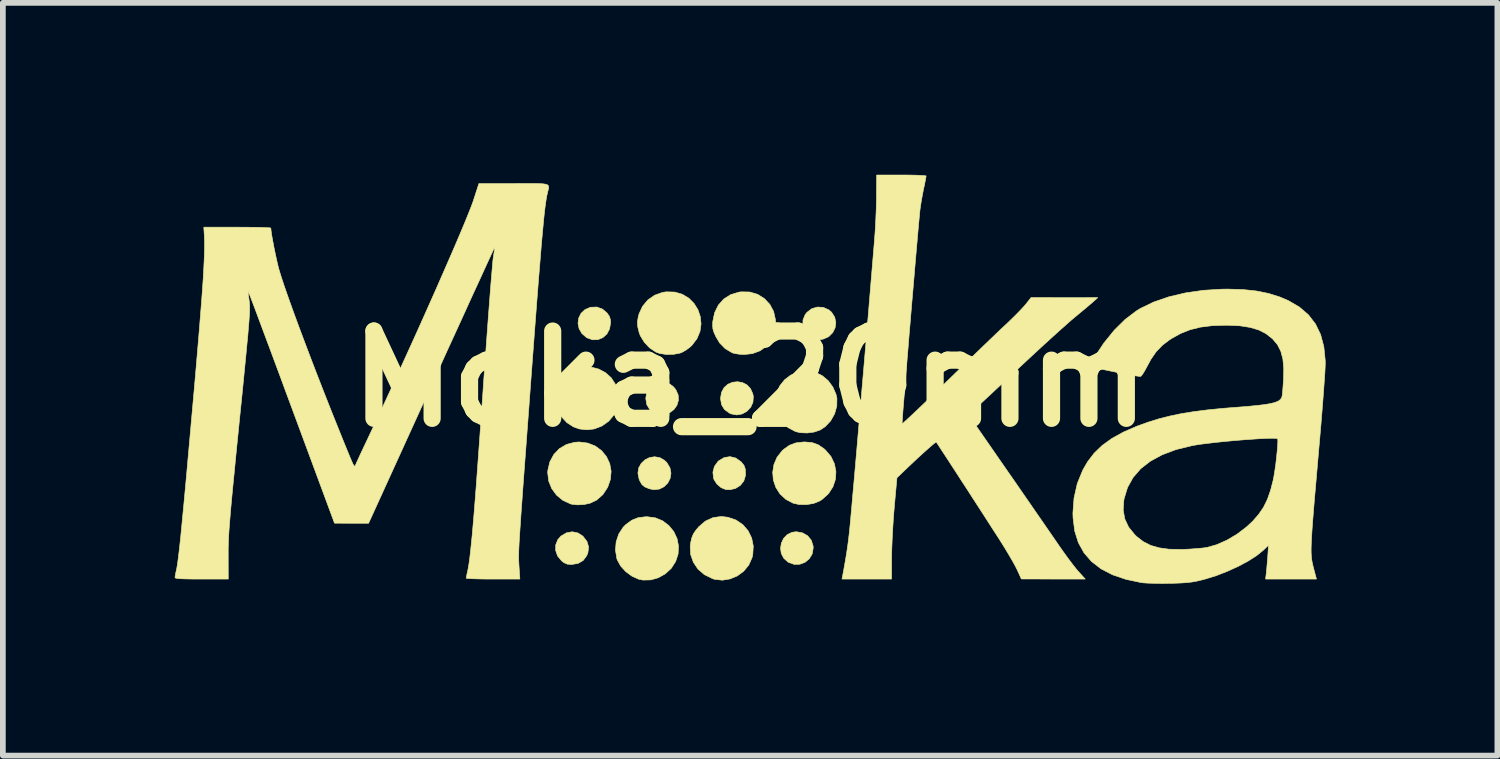
<source format=kicad_pcb>
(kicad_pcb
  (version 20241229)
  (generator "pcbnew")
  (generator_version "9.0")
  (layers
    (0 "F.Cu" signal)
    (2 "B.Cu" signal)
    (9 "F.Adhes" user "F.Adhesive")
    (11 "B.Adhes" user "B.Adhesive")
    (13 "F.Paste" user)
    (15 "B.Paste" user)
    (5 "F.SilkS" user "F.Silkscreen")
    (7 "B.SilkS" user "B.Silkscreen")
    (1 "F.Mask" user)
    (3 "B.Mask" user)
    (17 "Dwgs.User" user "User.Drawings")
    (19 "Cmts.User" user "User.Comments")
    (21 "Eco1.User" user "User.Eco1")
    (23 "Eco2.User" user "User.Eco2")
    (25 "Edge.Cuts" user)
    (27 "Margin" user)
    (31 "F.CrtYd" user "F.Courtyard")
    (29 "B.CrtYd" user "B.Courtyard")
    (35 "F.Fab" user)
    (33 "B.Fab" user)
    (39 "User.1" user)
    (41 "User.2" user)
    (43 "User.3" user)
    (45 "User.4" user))
  (footprint "Moka_20mm"
    (layer "F.Cu")
    (at 10.046 3.564)
    (property "Reference" "Moka_20mm" (at 0 0 0) (layer "F.SilkS") (effects (font (size 1.524 1.524) (thickness 0.3))))
    (attr through_hole)
    (fp_poly (pts (xy -1.422 0.077) (xy -1.34 0.137) (xy -1.298 0.188) (xy -1.256 0.282) (xy -1.252 0.375) (xy -1.278 0.462) (xy -1.33 0.535) (xy -1.403 0.59) (xy -1.491 0.621) (xy -1.588 0.62) (xy -1.667 0.595) (xy -1.753 0.535) (xy -1.804 0.451) (xy -1.822 0.341) (xy -1.822 0.339) (xy -1.804 0.232) (xy -1.757 0.148) (xy -1.688 0.088) (xy -1.604 0.055) (xy -1.513 0.051) (xy -1.422 0.077)) (stroke (width 0.01) (type solid)) (fill yes) (layer "F.SilkS"))
    (fp_poly (pts (xy 0.913 2.688) (xy 1.003 2.739) (xy 1.067 2.817) (xy 1.099 2.916) (xy 1.101 2.955) (xy 1.083 3.058) (xy 1.032 3.142) (xy 0.958 3.203) (xy 0.867 3.237) (xy 0.769 3.239) (xy 0.671 3.204) (xy 0.663 3.2) (xy 0.588 3.133) (xy 0.544 3.05) (xy 0.531 2.959) (xy 0.545 2.869) (xy 0.584 2.786) (xy 0.647 2.72) (xy 0.731 2.679) (xy 0.805 2.669) (xy 0.913 2.688)) (stroke (width 0.01) (type solid)) (fill yes) (layer "F.SilkS"))
    (fp_poly (pts (xy -3.008 2.69) (xy -2.921 2.745) (xy -2.851 2.836) (xy -2.847 2.843) (xy -2.82 2.936) (xy -2.832 3.035) (xy -2.853 3.087) (xy -2.914 3.17) (xy -3.003 3.222) (xy -3.115 3.241) (xy -3.119 3.241) (xy -3.193 3.235) (xy -3.251 3.209) (xy -3.293 3.176) (xy -3.362 3.092) (xy -3.395 2.996) (xy -3.394 2.898) (xy -3.357 2.807) (xy -3.303 2.745) (xy -3.206 2.688) (xy -3.106 2.67) (xy -3.008 2.69)) (stroke (width 0.01) (type solid)) (fill yes) (layer "F.SilkS"))
    (fp_poly (pts (xy -2.578 -1.218) (xy -2.501 -1.153) (xy -2.458 -1.093) (xy -2.439 -1.033) (xy -2.436 -0.979) (xy -2.454 -0.871) (xy -2.501 -0.783) (xy -2.571 -0.72) (xy -2.658 -0.684) (xy -2.752 -0.682) (xy -2.849 -0.717) (xy -2.855 -0.72) (xy -2.937 -0.791) (xy -2.986 -0.876) (xy -3.005 -0.969) (xy -2.993 -1.061) (xy -2.952 -1.144) (xy -2.883 -1.209) (xy -2.787 -1.25) (xy -2.786 -1.25) (xy -2.677 -1.254) (xy -2.578 -1.218)) (stroke (width 0.01) (type solid)) (fill yes) (layer "F.SilkS"))
    (fp_poly (pts (xy -1.578 1.375) (xy -1.493 1.424) (xy -1.453 1.464) (xy -1.399 1.555) (xy -1.382 1.649) (xy -1.397 1.74) (xy -1.439 1.82) (xy -1.504 1.884) (xy -1.586 1.925) (xy -1.683 1.935) (xy -1.764 1.918) (xy -1.84 1.886) (xy -1.889 1.846) (xy -1.924 1.785) (xy -1.939 1.749) (xy -1.959 1.647) (xy -1.945 1.554) (xy -1.901 1.476) (xy -1.836 1.414) (xy -1.756 1.374) (xy -1.668 1.36) (xy -1.578 1.375)) (stroke (width 0.01) (type solid)) (fill yes) (layer "F.SilkS"))
    (fp_poly (pts (xy -0.136 0.064) (xy -0.057 0.104) (xy 0.006 0.17) (xy 0.047 0.262) (xy 0.056 0.309) (xy 0.049 0.41) (xy 0.009 0.498) (xy -0.057 0.567) (xy -0.14 0.613) (xy -0.234 0.63) (xy -0.331 0.612) (xy -0.359 0.6) (xy -0.448 0.535) (xy -0.499 0.451) (xy -0.517 0.345) (xy -0.517 0.342) (xy -0.5 0.236) (xy -0.455 0.153) (xy -0.389 0.094) (xy -0.309 0.06) (xy -0.222 0.05) (xy -0.136 0.064)) (stroke (width 0.01) (type solid)) (fill yes) (layer "F.SilkS"))
    (fp_poly (pts (xy 1.279 -1.247) (xy 1.374 -1.204) (xy 1.422 -1.163) (xy 1.477 -1.076) (xy 1.496 -0.982) (xy 1.483 -0.889) (xy 1.44 -0.804) (xy 1.372 -0.737) (xy 1.28 -0.695) (xy 1.237 -0.687) (xy 1.168 -0.687) (xy 1.108 -0.698) (xy 1.102 -0.701) (xy 1.011 -0.758) (xy 0.95 -0.838) (xy 0.92 -0.931) (xy 0.923 -1.029) (xy 0.961 -1.121) (xy 0.992 -1.161) (xy 1.078 -1.226) (xy 1.177 -1.254) (xy 1.279 -1.247)) (stroke (width 0.01) (type solid)) (fill yes) (layer "F.SilkS"))
    (fp_poly (pts (xy -0.252 1.382) (xy -0.159 1.447) (xy -0.155 1.451) (xy -0.107 1.511) (xy -0.084 1.576) (xy -0.081 1.662) (xy -0.083 1.694) (xy -0.111 1.785) (xy -0.171 1.86) (xy -0.255 1.913) (xy -0.353 1.936) (xy -0.424 1.933) (xy -0.506 1.9) (xy -0.579 1.838) (xy -0.63 1.759) (xy -0.638 1.737) (xy -0.65 1.63) (xy -0.623 1.528) (xy -0.561 1.442) (xy -0.549 1.431) (xy -0.452 1.374) (xy -0.351 1.358) (xy -0.252 1.382)) (stroke (width 0.01) (type solid)) (fill yes) (layer "F.SilkS"))
    (fp_poly (pts (xy -2.836 1.121) (xy -2.703 1.173) (xy -2.593 1.254) (xy -2.508 1.358) (xy -2.451 1.479) (xy -2.427 1.613) (xy -2.439 1.755) (xy -2.487 1.893) (xy -2.571 2.021) (xy -2.681 2.117) (xy -2.794 2.171) (xy -2.9 2.194) (xy -3.016 2.2) (xy -3.12 2.188) (xy -3.135 2.183) (xy -3.268 2.122) (xy -3.379 2.031) (xy -3.464 1.915) (xy -3.517 1.783) (xy -3.534 1.642) (xy -3.532 1.599) (xy -3.497 1.45) (xy -3.428 1.321) (xy -3.331 1.219) (xy -3.208 1.146) (xy -3.066 1.108) (xy -2.987 1.102) (xy -2.836 1.121)) (stroke (width 0.01) (type solid)) (fill yes) (layer "F.SilkS"))
    (fp_poly (pts (xy -1.656 2.426) (xy -1.527 2.479) (xy -1.419 2.561) (xy -1.334 2.665) (xy -1.276 2.788) (xy -1.25 2.921) (xy -1.258 3.06) (xy -1.3 3.188) (xy -1.376 3.307) (xy -1.48 3.403) (xy -1.602 3.472) (xy -1.735 3.51) (xy -1.87 3.513) (xy -1.949 3.497) (xy -2.065 3.444) (xy -2.173 3.364) (xy -2.261 3.267) (xy -2.319 3.161) (xy -2.327 3.139) (xy -2.351 2.991) (xy -2.339 2.845) (xy -2.293 2.708) (xy -2.215 2.589) (xy -2.171 2.545) (xy -2.066 2.468) (xy -1.956 2.424) (xy -1.826 2.408) (xy -1.801 2.407) (xy -1.656 2.426)) (stroke (width 0.01) (type solid)) (fill yes) (layer "F.SilkS"))
    (fp_poly (pts (xy -0.389 2.416) (xy -0.246 2.465) (xy -0.127 2.546) (xy -0.035 2.653) (xy 0.027 2.78) (xy 0.055 2.92) (xy 0.046 3.069) (xy 0.033 3.123) (xy -0.024 3.251) (xy -0.112 3.358) (xy -0.223 3.44) (xy -0.35 3.493) (xy -0.484 3.515) (xy -0.62 3.5) (xy -0.659 3.487) (xy -0.799 3.418) (xy -0.911 3.321) (xy -0.991 3.202) (xy -1.038 3.068) (xy -1.046 2.923) (xy -1.038 2.86) (xy -1.018 2.774) (xy -0.991 2.707) (xy -0.948 2.644) (xy -0.895 2.581) (xy -0.78 2.483) (xy -0.648 2.423) (xy -0.505 2.403) (xy -0.389 2.416)) (stroke (width 0.01) (type solid)) (fill yes) (layer "F.SilkS"))
    (fp_poly (pts (xy -2.773 -0.205) (xy -2.644 -0.171) (xy -2.525 -0.108) (xy -2.425 -0.018) (xy -2.349 0.099) (xy -2.319 0.178) (xy -2.295 0.278) (xy -2.29 0.362) (xy -2.306 0.452) (xy -2.319 0.5) (xy -2.379 0.632) (xy -2.471 0.741) (xy -2.589 0.824) (xy -2.724 0.875) (xy -2.849 0.889) (xy -2.981 0.875) (xy -3.083 0.839) (xy -3.197 0.766) (xy -3.293 0.663) (xy -3.364 0.542) (xy -3.404 0.412) (xy -3.411 0.339) (xy -3.396 0.234) (xy -3.355 0.121) (xy -3.297 0.017) (xy -3.269 -0.02) (xy -3.161 -0.117) (xy -3.038 -0.179) (xy -2.906 -0.208) (xy -2.773 -0.205)) (stroke (width 0.01) (type solid)) (fill yes) (layer "F.SilkS"))
    (fp_poly (pts (xy -0.006 -1.516) (xy 0.131 -1.475) (xy 0.249 -1.401) (xy 0.344 -1.3) (xy 0.41 -1.176) (xy 0.442 -1.032) (xy 0.444 -0.976) (xy 0.425 -0.819) (xy 0.372 -0.683) (xy 0.287 -0.573) (xy 0.174 -0.49) (xy 0.038 -0.44) (xy -0.106 -0.425) (xy -0.191 -0.43) (xy -0.269 -0.442) (xy -0.313 -0.455) (xy -0.435 -0.527) (xy -0.532 -0.626) (xy -0.596 -0.733) (xy -0.632 -0.812) (xy -0.65 -0.872) (xy -0.655 -0.934) (xy -0.652 -1.002) (xy -0.62 -1.155) (xy -0.555 -1.287) (xy -0.46 -1.394) (xy -0.338 -1.471) (xy -0.194 -1.514) (xy -0.157 -1.519) (xy -0.006 -1.516)) (stroke (width 0.01) (type solid)) (fill yes) (layer "F.SilkS"))
    (fp_poly (pts (xy 1.013 -0.124) (xy 1.109 -0.114) (xy 1.184 -0.093) (xy 1.257 -0.056) (xy 1.263 -0.052) (xy 1.363 0.032) (xy 1.444 0.143) (xy 1.499 0.269) (xy 1.515 0.339) (xy 1.513 0.475) (xy 1.475 0.61) (xy 1.406 0.733) (xy 1.31 0.835) (xy 1.222 0.893) (xy 1.117 0.929) (xy 0.995 0.945) (xy 0.874 0.94) (xy 0.792 0.92) (xy 0.663 0.852) (xy 0.562 0.758) (xy 0.489 0.643) (xy 0.447 0.515) (xy 0.437 0.381) (xy 0.461 0.247) (xy 0.519 0.12) (xy 0.603 0.015) (xy 0.707 -0.064) (xy 0.822 -0.11) (xy 0.958 -0.125) (xy 1.013 -0.124)) (stroke (width 0.01) (type solid)) (fill yes) (layer "F.SilkS"))
    (fp_poly (pts (xy 1.083 1.113) (xy 1.187 1.15) (xy 1.287 1.218) (xy 1.313 1.241) (xy 1.411 1.355) (xy 1.472 1.484) (xy 1.498 1.619) (xy 1.489 1.755) (xy 1.445 1.886) (xy 1.368 2.005) (xy 1.257 2.105) (xy 1.215 2.132) (xy 1.109 2.175) (xy 0.983 2.196) (xy 0.856 2.194) (xy 0.751 2.171) (xy 0.622 2.103) (xy 0.52 2.008) (xy 0.448 1.893) (xy 0.405 1.766) (xy 0.394 1.631) (xy 0.415 1.497) (xy 0.47 1.369) (xy 0.559 1.255) (xy 0.583 1.233) (xy 0.686 1.16) (xy 0.798 1.118) (xy 0.933 1.102) (xy 0.962 1.102) (xy 1.083 1.113)) (stroke (width 0.01) (type solid)) (fill yes) (layer "F.SilkS"))
    (fp_poly (pts (xy -1.316 -1.515) (xy -1.183 -1.476) (xy -1.07 -1.408) (xy -0.979 -1.316) (xy -0.911 -1.207) (xy -0.87 -1.086) (xy -0.857 -0.958) (xy -0.875 -0.829) (xy -0.927 -0.703) (xy -1.014 -0.588) (xy -1.049 -0.555) (xy -1.117 -0.504) (xy -1.189 -0.463) (xy -1.225 -0.449) (xy -1.342 -0.427) (xy -1.467 -0.426) (xy -1.582 -0.444) (xy -1.646 -0.468) (xy -1.755 -0.541) (xy -1.849 -0.641) (xy -1.918 -0.755) (xy -1.937 -0.807) (xy -1.962 -0.907) (xy -1.968 -0.989) (xy -1.955 -1.074) (xy -1.939 -1.135) (xy -1.878 -1.267) (xy -1.785 -1.378) (xy -1.667 -1.46) (xy -1.53 -1.509) (xy -1.465 -1.519) (xy -1.316 -1.515)) (stroke (width 0.01) (type solid)) (fill yes) (layer "F.SilkS"))
    (fp_poly (pts (xy 2.77 -3.558) (xy 2.885 -3.556) (xy 2.977 -3.552) (xy 3.041 -3.548) (xy 3.07 -3.543) (xy 3.072 -3.541) (xy 3.068 -3.514) (xy 3.057 -3.455) (xy 3.041 -3.375) (xy 3.028 -3.316) (xy 3.006 -3.203) (xy 2.985 -3.083) (xy 2.969 -2.977) (xy 2.965 -2.947) (xy 2.96 -2.897) (xy 2.952 -2.812) (xy 2.941 -2.694) (xy 2.928 -2.547) (xy 2.913 -2.375) (xy 2.896 -2.182) (xy 2.878 -1.972) (xy 2.859 -1.747) (xy 2.839 -1.513) (xy 2.818 -1.272) (xy 2.798 -1.028) (xy 2.777 -0.785) (xy 2.758 -0.547) (xy 2.739 -0.317) (xy 2.721 -0.099) (xy 2.704 0.104) (xy 2.69 0.287) (xy 2.677 0.447) (xy 2.666 0.581) (xy 2.659 0.684) (xy 2.654 0.752) (xy 2.653 0.784) (xy 2.653 0.785) (xy 2.668 0.774) (xy 2.712 0.735) (xy 2.779 0.673) (xy 2.869 0.589) (xy 2.977 0.486) (xy 3.101 0.367) (xy 3.239 0.235) (xy 3.386 0.092) (xy 3.433 0.046) (xy 3.594 -0.111) (xy 3.755 -0.267) (xy 3.91 -0.417) (xy 4.056 -0.558) (xy 4.189 -0.686) (xy 4.305 -0.797) (xy 4.398 -0.886) (xy 4.466 -0.949) (xy 4.561 -1.04) (xy 4.652 -1.13) (xy 4.732 -1.213) (xy 4.793 -1.279) (xy 4.814 -1.304) (xy 4.904 -1.419) (xy 6.069 -1.418) (xy 5.985 -1.342) (xy 5.936 -1.3) (xy 5.864 -1.239) (xy 5.777 -1.167) (xy 5.685 -1.09) (xy 5.667 -1.076) (xy 5.603 -1.022) (xy 5.513 -0.942) (xy 5.4 -0.842) (xy 5.27 -0.724) (xy 5.126 -0.593) (xy 4.973 -0.452) (xy 4.815 -0.305) (xy 4.684 -0.183) (xy 4.533 -0.041) (xy 4.389 0.093) (xy 4.256 0.217) (xy 4.138 0.327) (xy 4.037 0.421) (xy 3.957 0.495) (xy 3.901 0.546) (xy 3.873 0.572) (xy 3.873 0.572) (xy 3.81 0.625) (xy 4.495 1.613) (xy 4.63 1.807) (xy 4.763 2) (xy 4.893 2.188) (xy 5.016 2.366) (xy 5.129 2.529) (xy 5.228 2.673) (xy 5.311 2.793) (xy 5.374 2.885) (xy 5.395 2.916) (xy 5.475 3.029) (xy 5.556 3.141) (xy 5.633 3.243) (xy 5.697 3.324) (xy 5.731 3.363) (xy 5.85 3.495) (xy 5.293 3.495) (xy 4.735 3.494) (xy 4.661 3.331) (xy 4.626 3.262) (xy 4.573 3.167) (xy 4.506 3.053) (xy 4.431 2.929) (xy 4.352 2.803) (xy 4.341 2.786) (xy 4.269 2.675) (xy 4.186 2.546) (xy 4.094 2.403) (xy 3.996 2.251) (xy 3.894 2.094) (xy 3.792 1.935) (xy 3.69 1.779) (xy 3.594 1.63) (xy 3.504 1.492) (xy 3.424 1.369) (xy 3.355 1.264) (xy 3.302 1.182) (xy 3.266 1.128) (xy 3.25 1.104) (xy 3.25 1.104) (xy 3.231 1.114) (xy 3.186 1.15) (xy 3.117 1.21) (xy 3.028 1.289) (xy 2.922 1.386) (xy 2.804 1.497) (xy 2.748 1.55) (xy 2.563 1.727) (xy 2.517 2.235) (xy 2.503 2.407) (xy 2.491 2.591) (xy 2.481 2.776) (xy 2.474 2.947) (xy 2.47 3.092) (xy 2.47 3.119) (xy 2.469 3.495) (xy 1.604 3.495) (xy 1.617 3.427) (xy 1.646 3.269) (xy 1.668 3.142) (xy 1.686 3.032) (xy 1.701 2.93) (xy 1.716 2.822) (xy 1.725 2.743) (xy 1.732 2.683) (xy 1.742 2.583) (xy 1.755 2.445) (xy 1.771 2.27) (xy 1.789 2.061) (xy 1.811 1.82) (xy 1.835 1.548) (xy 1.861 1.248) (xy 1.889 0.921) (xy 1.919 0.57) (xy 1.951 0.196) (xy 1.985 -0.198) (xy 2.02 -0.611) (xy 2.056 -1.04) (xy 2.093 -1.484) (xy 2.131 -1.941) (xy 2.17 -2.408) (xy 2.171 -2.419) (xy 2.183 -2.581) (xy 2.193 -2.763) (xy 2.201 -2.948) (xy 2.206 -3.117) (xy 2.206 -3.187) (xy 2.209 -3.559) (xy 2.64 -3.559) (xy 2.77 -3.558)) (stroke (width 0.01) (type solid)) (fill yes) (layer "F.SilkS"))
    (fp_poly (pts (xy 8.604 -1.559) (xy 8.839 -1.534) (xy 9.051 -1.491) (xy 9.248 -1.429) (xy 9.398 -1.365) (xy 9.59 -1.253) (xy 9.747 -1.118) (xy 9.87 -0.958) (xy 9.96 -0.772) (xy 10.016 -0.56) (xy 10.04 -0.322) (xy 10.041 -0.265) (xy 10.039 -0.206) (xy 10.034 -0.109) (xy 10.025 0.021) (xy 10.014 0.181) (xy 10 0.365) (xy 9.984 0.569) (xy 9.966 0.79) (xy 9.946 1.022) (xy 9.925 1.261) (xy 9.924 1.271) (xy 9.897 1.586) (xy 9.873 1.862) (xy 9.852 2.102) (xy 9.835 2.309) (xy 9.821 2.485) (xy 9.81 2.635) (xy 9.802 2.761) (xy 9.797 2.866) (xy 9.794 2.953) (xy 9.794 3.026) (xy 9.797 3.086) (xy 9.802 3.138) (xy 9.809 3.185) (xy 9.818 3.229) (xy 9.828 3.273) (xy 9.835 3.299) (xy 9.887 3.495) (xy 8.999 3.495) (xy 9.011 3.395) (xy 9.018 3.326) (xy 9.026 3.233) (xy 9.034 3.131) (xy 9.037 3.1) (xy 9.05 2.905) (xy 8.957 2.994) (xy 8.842 3.087) (xy 8.693 3.182) (xy 8.521 3.274) (xy 8.332 3.36) (xy 8.137 3.436) (xy 7.943 3.496) (xy 7.901 3.507) (xy 7.806 3.53) (xy 7.719 3.546) (xy 7.629 3.557) (xy 7.524 3.564) (xy 7.393 3.569) (xy 7.319 3.57) (xy 7.189 3.572) (xy 7.063 3.57) (xy 6.953 3.567) (xy 6.868 3.562) (xy 6.834 3.558) (xy 6.563 3.501) (xy 6.327 3.421) (xy 6.126 3.317) (xy 5.959 3.188) (xy 5.828 3.036) (xy 5.73 2.859) (xy 5.667 2.658) (xy 5.638 2.431) (xy 5.635 2.345) (xy 5.639 2.291) (xy 6.513 2.291) (xy 6.541 2.446) (xy 6.608 2.589) (xy 6.716 2.722) (xy 6.747 2.752) (xy 6.862 2.841) (xy 6.991 2.907) (xy 7.139 2.95) (xy 7.312 2.974) (xy 7.517 2.978) (xy 7.573 2.977) (xy 7.691 2.971) (xy 7.807 2.962) (xy 7.907 2.953) (xy 7.976 2.943) (xy 8.146 2.895) (xy 8.326 2.815) (xy 8.503 2.71) (xy 8.668 2.584) (xy 8.773 2.486) (xy 8.879 2.365) (xy 8.964 2.24) (xy 9.031 2.103) (xy 9.087 1.942) (xy 9.129 1.779) (xy 9.145 1.699) (xy 9.161 1.6) (xy 9.177 1.489) (xy 9.19 1.375) (xy 9.201 1.266) (xy 9.209 1.171) (xy 9.213 1.097) (xy 9.211 1.053) (xy 9.208 1.045) (xy 9.179 1.039) (xy 9.115 1.037) (xy 9.019 1.039) (xy 8.9 1.045) (xy 8.761 1.054) (xy 8.609 1.065) (xy 8.451 1.078) (xy 8.291 1.093) (xy 8.135 1.109) (xy 7.99 1.126) (xy 7.861 1.142) (xy 7.755 1.159) (xy 7.711 1.167) (xy 7.434 1.235) (xy 7.193 1.326) (xy 6.988 1.437) (xy 6.818 1.569) (xy 6.686 1.722) (xy 6.589 1.896) (xy 6.53 2.089) (xy 6.524 2.12) (xy 6.513 2.291) (xy 5.639 2.291) (xy 5.655 2.079) (xy 5.712 1.827) (xy 5.808 1.592) (xy 5.891 1.448) (xy 6.006 1.298) (xy 6.146 1.163) (xy 6.315 1.041) (xy 6.517 0.929) (xy 6.754 0.826) (xy 6.955 0.754) (xy 7.139 0.697) (xy 7.329 0.649) (xy 7.529 0.607) (xy 7.748 0.572) (xy 7.991 0.541) (xy 8.266 0.514) (xy 8.468 0.498) (xy 8.677 0.482) (xy 8.848 0.465) (xy 8.984 0.449) (xy 9.089 0.431) (xy 9.167 0.411) (xy 9.223 0.387) (xy 9.259 0.359) (xy 9.28 0.327) (xy 9.287 0.302) (xy 9.293 0.257) (xy 9.3 0.182) (xy 9.307 0.087) (xy 9.312 0.01) (xy 9.316 -0.185) (xy 9.301 -0.346) (xy 9.265 -0.481) (xy 9.208 -0.594) (xy 9.126 -0.692) (xy 9.116 -0.702) (xy 9.007 -0.788) (xy 8.88 -0.853) (xy 8.729 -0.898) (xy 8.551 -0.926) (xy 8.339 -0.936) (xy 8.294 -0.936) (xy 8.063 -0.928) (xy 7.863 -0.903) (xy 7.685 -0.859) (xy 7.519 -0.794) (xy 7.357 -0.704) (xy 7.326 -0.684) (xy 7.199 -0.588) (xy 7.092 -0.478) (xy 6.998 -0.342) (xy 6.93 -0.217) (xy 6.889 -0.141) (xy 6.852 -0.081) (xy 6.824 -0.047) (xy 6.816 -0.042) (xy 6.775 -0.046) (xy 6.704 -0.056) (xy 6.611 -0.073) (xy 6.502 -0.093) (xy 6.385 -0.117) (xy 6.268 -0.141) (xy 6.158 -0.164) (xy 6.062 -0.186) (xy 5.988 -0.205) (xy 5.942 -0.218) (xy 5.932 -0.224) (xy 5.942 -0.252) (xy 5.969 -0.305) (xy 6.007 -0.371) (xy 6.007 -0.371) (xy 6.177 -0.627) (xy 6.358 -0.85) (xy 6.547 -1.037) (xy 6.742 -1.185) (xy 6.811 -1.228) (xy 7.045 -1.341) (xy 7.31 -1.432) (xy 7.602 -1.501) (xy 7.914 -1.546) (xy 8.242 -1.566) (xy 8.336 -1.567) (xy 8.604 -1.559)) (stroke (width 0.01) (type solid)) (fill yes) (layer "F.SilkS"))
    (fp_poly (pts (xy -3.696 -3.409) (xy -3.617 -3.405) (xy -3.565 -3.397) (xy -3.533 -3.384) (xy -3.519 -3.365) (xy -3.517 -3.338) (xy -3.524 -3.303) (xy -3.536 -3.259) (xy -3.538 -3.247) (xy -3.549 -3.199) (xy -3.559 -3.143) (xy -3.569 -3.077) (xy -3.58 -2.998) (xy -3.591 -2.905) (xy -3.603 -2.795) (xy -3.615 -2.666) (xy -3.629 -2.515) (xy -3.645 -2.339) (xy -3.661 -2.138) (xy -3.68 -1.908) (xy -3.701 -1.647) (xy -3.724 -1.352) (xy -3.749 -1.022) (xy -3.777 -0.654) (xy -3.802 -0.318) (xy -3.835 0.121) (xy -3.864 0.519) (xy -3.891 0.879) (xy -3.915 1.203) (xy -3.937 1.494) (xy -3.956 1.752) (xy -3.973 1.981) (xy -3.987 2.182) (xy -4 2.358) (xy -4.01 2.51) (xy -4.019 2.641) (xy -4.026 2.752) (xy -4.032 2.846) (xy -4.036 2.925) (xy -4.039 2.992) (xy -4.04 3.047) (xy -4.041 3.093) (xy -4.041 3.133) (xy -4.04 3.168) (xy -4.039 3.2) (xy -4.037 3.232) (xy -4.035 3.266) (xy -4.035 3.268) (xy -4.02 3.495) (xy -4.489 3.495) (xy -4.624 3.495) (xy -4.745 3.493) (xy -4.843 3.49) (xy -4.915 3.486) (xy -4.952 3.482) (xy -4.957 3.48) (xy -4.952 3.451) (xy -4.941 3.397) (xy -4.935 3.374) (xy -4.923 3.313) (xy -4.91 3.238) (xy -4.897 3.146) (xy -4.884 3.034) (xy -4.87 2.901) (xy -4.854 2.745) (xy -4.838 2.563) (xy -4.82 2.354) (xy -4.801 2.115) (xy -4.78 1.845) (xy -4.758 1.541) (xy -4.733 1.201) (xy -4.706 0.823) (xy -4.677 0.406) (xy -4.672 0.339) (xy -4.651 0.027) (xy -4.629 -0.276) (xy -4.608 -0.566) (xy -4.588 -0.841) (xy -4.569 -1.097) (xy -4.551 -1.332) (xy -4.535 -1.543) (xy -4.52 -1.727) (xy -4.507 -1.88) (xy -4.497 -2) (xy -4.489 -2.084) (xy -4.483 -2.129) (xy -4.483 -2.129) (xy -4.47 -2.208) (xy -4.461 -2.268) (xy -4.457 -2.301) (xy -4.457 -2.303) (xy -4.467 -2.285) (xy -4.492 -2.23) (xy -4.533 -2.142) (xy -4.589 -2.021) (xy -4.657 -1.872) (xy -4.738 -1.695) (xy -4.831 -1.494) (xy -4.933 -1.27) (xy -5.044 -1.026) (xy -5.164 -0.764) (xy -5.291 -0.487) (xy -5.423 -0.196) (xy -5.561 0.105) (xy -5.561 0.107) (xy -6.661 2.521) (xy -6.958 2.521) (xy -7.256 2.52) (xy -8.008 0.489) (xy -8.112 0.209) (xy -8.211 -0.06) (xy -8.306 -0.315) (xy -8.394 -0.552) (xy -8.476 -0.771) (xy -8.549 -0.967) (xy -8.613 -1.139) (xy -8.667 -1.283) (xy -8.711 -1.398) (xy -8.742 -1.48) (xy -8.76 -1.527) (xy -8.765 -1.537) (xy -8.764 -1.516) (xy -8.759 -1.463) (xy -8.749 -1.388) (xy -8.746 -1.365) (xy -8.742 -1.334) (xy -8.739 -1.3) (xy -8.738 -1.261) (xy -8.738 -1.214) (xy -8.74 -1.155) (xy -8.744 -1.083) (xy -8.75 -0.994) (xy -8.759 -0.886) (xy -8.77 -0.756) (xy -8.785 -0.602) (xy -8.802 -0.419) (xy -8.823 -0.207) (xy -8.847 0.039) (xy -8.875 0.321) (xy -8.908 0.641) (xy -8.918 0.741) (xy -8.952 1.079) (xy -8.982 1.377) (xy -9.007 1.639) (xy -9.03 1.868) (xy -9.049 2.068) (xy -9.065 2.241) (xy -9.078 2.391) (xy -9.088 2.521) (xy -9.097 2.633) (xy -9.103 2.732) (xy -9.107 2.819) (xy -9.11 2.899) (xy -9.112 2.974) (xy -9.112 3.048) (xy -9.112 3.088) (xy -9.111 3.495) (xy -9.576 3.495) (xy -9.736 3.495) (xy -9.857 3.493) (xy -9.944 3.49) (xy -10.001 3.485) (xy -10.032 3.478) (xy -10.041 3.469) (xy -10.036 3.433) (xy -10.025 3.375) (xy -10.02 3.356) (xy -10.011 3.314) (xy -10.002 3.261) (xy -9.992 3.196) (xy -9.982 3.116) (xy -9.97 3.019) (xy -9.957 2.903) (xy -9.942 2.765) (xy -9.926 2.603) (xy -9.908 2.414) (xy -9.887 2.197) (xy -9.864 1.949) (xy -9.838 1.668) (xy -9.81 1.352) (xy -9.778 0.998) (xy -9.744 0.614) (xy -9.706 0.194) (xy -9.673 -0.186) (xy -9.644 -0.528) (xy -9.618 -0.836) (xy -9.596 -1.11) (xy -9.577 -1.353) (xy -9.561 -1.568) (xy -9.548 -1.756) (xy -9.539 -1.92) (xy -9.532 -2.063) (xy -9.527 -2.186) (xy -9.525 -2.291) (xy -9.525 -2.382) (xy -9.527 -2.46) (xy -9.528 -2.484) (xy -9.538 -2.648) (xy -8.953 -2.648) (xy -8.8 -2.647) (xy -8.663 -2.646) (xy -8.545 -2.644) (xy -8.453 -2.64) (xy -8.392 -2.637) (xy -8.368 -2.633) (xy -8.368 -2.632) (xy -8.363 -2.582) (xy -8.351 -2.5) (xy -8.332 -2.396) (xy -8.31 -2.28) (xy -8.285 -2.16) (xy -8.26 -2.047) (xy -8.237 -1.95) (xy -8.222 -1.896) (xy -8.182 -1.766) (xy -8.127 -1.601) (xy -8.058 -1.404) (xy -7.978 -1.181) (xy -7.887 -0.933) (xy -7.787 -0.666) (xy -7.68 -0.383) (xy -7.567 -0.089) (xy -7.449 0.214) (xy -7.328 0.521) (xy -7.205 0.828) (xy -7.083 1.131) (xy -7.004 1.323) (xy -6.963 1.421) (xy -6.935 1.484) (xy -6.916 1.517) (xy -6.903 1.524) (xy -6.892 1.512) (xy -6.889 1.503) (xy -6.874 1.469) (xy -6.844 1.404) (xy -6.802 1.312) (xy -6.75 1.201) (xy -6.691 1.077) (xy -6.663 1.017) (xy -6.537 0.751) (xy -6.407 0.472) (xy -6.273 0.183) (xy -6.138 -0.112) (xy -6.002 -0.411) (xy -5.866 -0.71) (xy -5.733 -1.006) (xy -5.604 -1.295) (xy -5.479 -1.576) (xy -5.362 -1.843) (xy -5.252 -2.095) (xy -5.151 -2.328) (xy -5.061 -2.539) (xy -4.983 -2.725) (xy -4.919 -2.883) (xy -4.869 -3.008) (xy -4.836 -3.099) (xy -4.833 -3.108) (xy -4.735 -3.41) (xy -4.126 -3.41) (xy -3.946 -3.411) (xy -3.804 -3.411) (xy -3.696 -3.409)) (stroke (width 0.01) (type solid)) (fill yes) (layer "F.SilkS")))
  (gr_rect
    (start -3 -3)
    (end 23.092 10.141)
    (stroke (width 0.1) (type default))
    (fill no)
    (layer "Edge.Cuts")))
</source>
